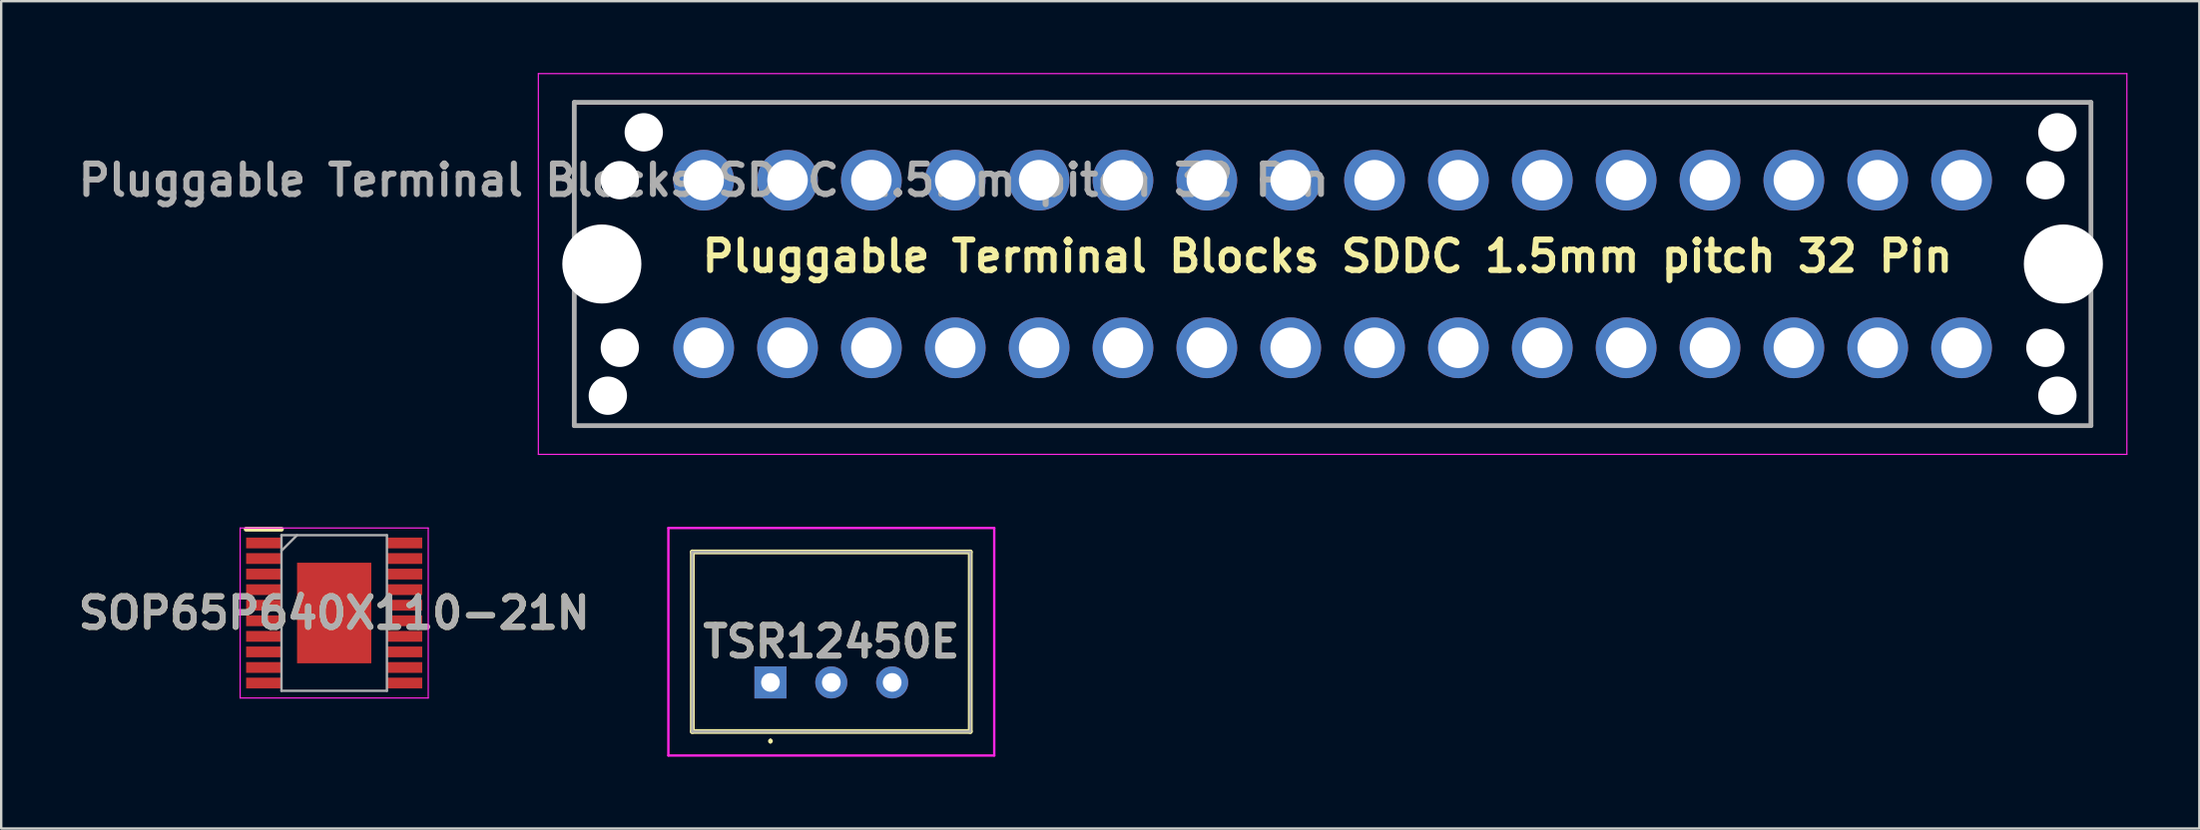
<source format=kicad_pcb>
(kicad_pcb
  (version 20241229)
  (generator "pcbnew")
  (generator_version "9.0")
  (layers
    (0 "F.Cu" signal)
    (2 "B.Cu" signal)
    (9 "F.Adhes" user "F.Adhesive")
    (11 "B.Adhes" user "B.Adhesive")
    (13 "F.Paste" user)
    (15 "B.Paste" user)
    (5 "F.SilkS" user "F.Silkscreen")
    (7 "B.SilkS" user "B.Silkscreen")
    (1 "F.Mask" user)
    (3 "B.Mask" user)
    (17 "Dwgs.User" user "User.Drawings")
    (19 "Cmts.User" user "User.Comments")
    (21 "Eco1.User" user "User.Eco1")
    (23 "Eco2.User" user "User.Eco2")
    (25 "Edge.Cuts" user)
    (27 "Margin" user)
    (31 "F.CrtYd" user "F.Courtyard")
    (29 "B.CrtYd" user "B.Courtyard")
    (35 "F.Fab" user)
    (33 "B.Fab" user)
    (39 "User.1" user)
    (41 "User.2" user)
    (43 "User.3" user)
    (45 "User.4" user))
  (footprint "TSR12450E"
    (layer "F.Cu")
    (at 29.106 25.45)
    (property "Reference" "TSR12450E" (at 2.54 -1.7 0) (layer "F.SilkS") (effects (font (size 1.27 1.27) (thickness 0.254))))
    (attr through_hole)
    (fp_line (start -3.26 -5.45) (end 8.34 -5.45) (stroke (width 0.2) (type solid)) (layer "F.SilkS"))
    (fp_line (start -3.26 2.05) (end -3.26 -5.45) (stroke (width 0.2) (type solid)) (layer "F.SilkS"))
    (fp_line (start 0 2.4) (end 0 2.4) (stroke (width 0.1) (type solid)) (layer "F.SilkS"))
    (fp_line (start 0 2.5) (end 0 2.5) (stroke (width 0.1) (type solid)) (layer "F.SilkS"))
    (fp_line (start 8.34 -5.45) (end 8.34 2.05) (stroke (width 0.2) (type solid)) (layer "F.SilkS"))
    (fp_line (start 8.34 2.05) (end -3.26 2.05) (stroke (width 0.2) (type solid)) (layer "F.SilkS"))
    (fp_arc (start 0 2.4) (mid 0.05 2.45) (end 0 2.5) (stroke (width 0.1) (type solid)) (layer "F.SilkS"))
    (fp_arc (start 0 2.5) (mid -0.05 2.45) (end 0 2.4) (stroke (width 0.1) (type solid)) (layer "F.SilkS"))
    (fp_line (start -4.26 -6.45) (end 9.34 -6.45) (stroke (width 0.1) (type solid)) (layer "F.CrtYd"))
    (fp_line (start -4.26 3.05) (end -4.26 -6.45) (stroke (width 0.1) (type solid)) (layer "F.CrtYd"))
    (fp_line (start 9.34 -6.45) (end 9.34 3.05) (stroke (width 0.1) (type solid)) (layer "F.CrtYd"))
    (fp_line (start 9.34 3.05) (end -4.26 3.05) (stroke (width 0.1) (type solid)) (layer "F.CrtYd"))
    (fp_line (start -3.26 -5.45) (end 8.34 -5.45) (stroke (width 0.1) (type solid)) (layer "F.Fab"))
    (fp_line (start -3.26 2.05) (end -3.26 -5.45) (stroke (width 0.1) (type solid)) (layer "F.Fab"))
    (fp_line (start 8.34 -5.45) (end 8.34 2.05) (stroke (width 0.1) (type solid)) (layer "F.Fab"))
    (fp_line (start 8.34 2.05) (end -3.26 2.05) (stroke (width 0.1) (type solid)) (layer "F.Fab"))
    (fp_text user "${REFERENCE}" (at 2.54 -1.7 0) (layer "F.Fab") (effects (font (size 1.27 1.27) (thickness 0.254))))
    (pad "1" thru_hole rect (at 0 0) (size 1.337 1.337) (drill 0.78) (layers "*.Cu" "*.Mask"))
    (pad "2" thru_hole circle (at 2.54 0) (size 1.337 1.337) (drill 0.78) (layers "*.Cu" "*.Mask"))
    (pad "3" thru_hole circle (at 5.08 0) (size 1.337 1.337) (drill 0.78) (layers "*.Cu" "*.Mask")))
  (footprint "Pluggable Terminal Blocks SDDC 1.5mm pitch 32 Pin"
    (layer "F.Cu")
    (at 26.319 4.475)
    (property "Reference" "Pluggable Terminal Blocks SDDC 1.5mm pitch 32 Pin" (at 26.035 3.175 0) (layer "F.SilkS") (effects (font (size 1.27 1.27) (thickness 0.254))))
    (attr through_hole)
    (fp_line (start -5.4 -3.25) (end 57.9 -3.25) (stroke (width 0.1) (type solid)) (layer "F.SilkS"))
    (fp_line (start 57.9 10.25) (end -5.4 10.25) (stroke (width 0.1) (type solid)) (layer "F.SilkS"))
    (fp_line (start -6.9 -4.45) (end 59.4 -4.45) (stroke (width 0.05) (type solid)) (layer "F.CrtYd"))
    (fp_line (start -6.9 11.45) (end -6.9 -4.45) (stroke (width 0.05) (type solid)) (layer "F.CrtYd"))
    (fp_line (start 59.4 -4.45) (end 59.4 11.45) (stroke (width 0.05) (type solid)) (layer "F.CrtYd"))
    (fp_line (start 59.4 11.45) (end -6.9 11.45) (stroke (width 0.05) (type solid)) (layer "F.CrtYd"))
    (fp_line (start -5.4 -3.25) (end 57.9 -3.25) (stroke (width 0.2) (type solid)) (layer "F.Fab"))
    (fp_line (start -5.4 10.25) (end -5.4 -3.25) (stroke (width 0.2) (type solid)) (layer "F.Fab"))
    (fp_line (start 57.9 -3.25) (end 57.9 10.25) (stroke (width 0.2) (type solid)) (layer "F.Fab"))
    (fp_line (start 57.9 10.25) (end -5.4 10.25) (stroke (width 0.2) (type solid)) (layer "F.Fab"))
    (fp_text user "${REFERENCE}" (at 0 0 0) (layer "F.Fab") (effects (font (size 1.27 1.27) (thickness 0.254))))
    (pad "" np_thru_hole circle (at -4.25 3.5) (size 3.3 3.3) (drill 3.3) (layers "*.Cu" "*.Mask"))
    (pad "" np_thru_hole circle (at -4 9) (size 1.6 1.6) (drill 1.6) (layers "*.Cu" "*.Mask"))
    (pad "" np_thru_hole circle (at -3.5 0) (size 1.6 1.6) (drill 1.6) (layers "*.Cu" "*.Mask"))
    (pad "" np_thru_hole circle (at -3.5 7) (size 1.6 1.6) (drill 1.6) (layers "*.Cu" "*.Mask"))
    (pad "" np_thru_hole circle (at -2.5 -2) (size 1.6 1.6) (drill 1.6) (layers "*.Cu" "*.Mask"))
    (pad "" np_thru_hole circle (at 56 0) (size 1.6 1.6) (drill 1.6) (layers "*.Cu" "*.Mask"))
    (pad "" np_thru_hole circle (at 56 7) (size 1.6 1.6) (drill 1.6) (layers "*.Cu" "*.Mask"))
    (pad "" np_thru_hole circle (at 56.5 -2) (size 1.6 1.6) (drill 1.6) (layers "*.Cu" "*.Mask"))
    (pad "" np_thru_hole circle (at 56.5 9) (size 1.6 1.6) (drill 1.6) (layers "*.Cu" "*.Mask"))
    (pad "" np_thru_hole circle (at 56.75 3.5) (size 3.3 3.3) (drill 3.3) (layers "*.Cu" "*.Mask"))
    (pad "1" thru_hole circle (at 0 0) (size 2.535 2.535) (drill 1.69) (layers "*.Cu" "*.Mask"))
    (pad "2" thru_hole circle (at 3.5 0) (size 2.535 2.535) (drill 1.69) (layers "*.Cu" "*.Mask"))
    (pad "3" thru_hole circle (at 7 0) (size 2.535 2.535) (drill 1.69) (layers "*.Cu" "*.Mask"))
    (pad "4" thru_hole circle (at 10.5 0) (size 2.535 2.535) (drill 1.69) (layers "*.Cu" "*.Mask"))
    (pad "5" thru_hole circle (at 14 0) (size 2.535 2.535) (drill 1.69) (layers "*.Cu" "*.Mask"))
    (pad "6" thru_hole circle (at 17.5 0) (size 2.535 2.535) (drill 1.69) (layers "*.Cu" "*.Mask"))
    (pad "7" thru_hole circle (at 21 0) (size 2.535 2.535) (drill 1.69) (layers "*.Cu" "*.Mask"))
    (pad "8" thru_hole circle (at 24.5 0) (size 2.535 2.535) (drill 1.69) (layers "*.Cu" "*.Mask"))
    (pad "9" thru_hole circle (at 28 0) (size 2.535 2.535) (drill 1.69) (layers "*.Cu" "*.Mask"))
    (pad "10" thru_hole circle (at 31.5 0) (size 2.535 2.535) (drill 1.69) (layers "*.Cu" "*.Mask"))
    (pad "11" thru_hole circle (at 35 0) (size 2.535 2.535) (drill 1.69) (layers "*.Cu" "*.Mask"))
    (pad "12" thru_hole circle (at 38.5 0) (size 2.535 2.535) (drill 1.69) (layers "*.Cu" "*.Mask"))
    (pad "13" thru_hole circle (at 42 0) (size 2.535 2.535) (drill 1.69) (layers "*.Cu" "*.Mask"))
    (pad "14" thru_hole circle (at 45.5 0) (size 2.535 2.535) (drill 1.69) (layers "*.Cu" "*.Mask"))
    (pad "15" thru_hole circle (at 49 0) (size 2.535 2.535) (drill 1.69) (layers "*.Cu" "*.Mask"))
    (pad "16" thru_hole circle (at 52.5 0) (size 2.535 2.535) (drill 1.69) (layers "*.Cu" "*.Mask"))
    (pad "17" thru_hole circle (at 0 7) (size 2.535 2.535) (drill 1.69) (layers "*.Cu" "*.Mask"))
    (pad "18" thru_hole circle (at 3.5 7) (size 2.535 2.535) (drill 1.69) (layers "*.Cu" "*.Mask"))
    (pad "19" thru_hole circle (at 7 7) (size 2.535 2.535) (drill 1.69) (layers "*.Cu" "*.Mask"))
    (pad "20" thru_hole circle (at 10.5 7) (size 2.535 2.535) (drill 1.69) (layers "*.Cu" "*.Mask"))
    (pad "21" thru_hole circle (at 14 7) (size 2.535 2.535) (drill 1.69) (layers "*.Cu" "*.Mask"))
    (pad "22" thru_hole circle (at 17.5 7) (size 2.535 2.535) (drill 1.69) (layers "*.Cu" "*.Mask"))
    (pad "23" thru_hole circle (at 21 7) (size 2.535 2.535) (drill 1.69) (layers "*.Cu" "*.Mask"))
    (pad "24" thru_hole circle (at 24.5 7) (size 2.535 2.535) (drill 1.69) (layers "*.Cu" "*.Mask"))
    (pad "25" thru_hole circle (at 28 7) (size 2.535 2.535) (drill 1.69) (layers "*.Cu" "*.Mask"))
    (pad "26" thru_hole circle (at 31.5 7) (size 2.535 2.535) (drill 1.69) (layers "*.Cu" "*.Mask"))
    (pad "27" thru_hole circle (at 35 7) (size 2.535 2.535) (drill 1.69) (layers "*.Cu" "*.Mask"))
    (pad "28" thru_hole circle (at 38.5 7) (size 2.535 2.535) (drill 1.69) (layers "*.Cu" "*.Mask"))
    (pad "29" thru_hole circle (at 42 7) (size 2.535 2.535) (drill 1.69) (layers "*.Cu" "*.Mask"))
    (pad "30" thru_hole circle (at 45.5 7) (size 2.535 2.535) (drill 1.69) (layers "*.Cu" "*.Mask"))
    (pad "31" thru_hole circle (at 49 7) (size 2.535 2.535) (drill 1.69) (layers "*.Cu" "*.Mask"))
    (pad "32" thru_hole circle (at 52.5 7) (size 2.535 2.535) (drill 1.69) (layers "*.Cu" "*.Mask")))
  (footprint "SOP65P640X110-21N"
    (layer "F.Cu")
    (at 10.898 22.55)
    (property "Reference" "SOP65P640X110-21N" (at 0 0 0) (layer "F.SilkS") (effects (font (size 1.27 1.27) (thickness 0.254))))
    (attr smd)
    (fp_line (start -3.675 -3.5) (end -2.2 -3.5) (stroke (width 0.2) (type solid)) (layer "F.SilkS"))
    (fp_line (start -3.925 -3.55) (end 3.925 -3.55) (stroke (width 0.05) (type solid)) (layer "F.CrtYd"))
    (fp_line (start -3.925 3.55) (end -3.925 -3.55) (stroke (width 0.05) (type solid)) (layer "F.CrtYd"))
    (fp_line (start 3.925 -3.55) (end 3.925 3.55) (stroke (width 0.05) (type solid)) (layer "F.CrtYd"))
    (fp_line (start 3.925 3.55) (end -3.925 3.55) (stroke (width 0.05) (type solid)) (layer "F.CrtYd"))
    (fp_line (start -2.2 -3.25) (end 2.2 -3.25) (stroke (width 0.1) (type solid)) (layer "F.Fab"))
    (fp_line (start -2.2 -2.6) (end -1.55 -3.25) (stroke (width 0.1) (type solid)) (layer "F.Fab"))
    (fp_line (start -2.2 3.25) (end -2.2 -3.25) (stroke (width 0.1) (type solid)) (layer "F.Fab"))
    (fp_line (start 2.2 -3.25) (end 2.2 3.25) (stroke (width 0.1) (type solid)) (layer "F.Fab"))
    (fp_line (start 2.2 3.25) (end -2.2 3.25) (stroke (width 0.1) (type solid)) (layer "F.Fab"))
    (fp_text user "${REFERENCE}" (at 0 0 0) (layer "F.Fab") (effects (font (size 1.27 1.27) (thickness 0.254))))
    (pad "1" smd rect (at -2.938 -2.925 90) (size 0.45 1.475) (layers "F.Cu" "F.Mask" "F.Paste"))
    (pad "2" smd rect (at -2.938 -2.275 90) (size 0.45 1.475) (layers "F.Cu" "F.Mask" "F.Paste"))
    (pad "3" smd rect (at -2.938 -1.625 90) (size 0.45 1.475) (layers "F.Cu" "F.Mask" "F.Paste"))
    (pad "4" smd rect (at -2.938 -0.975 90) (size 0.45 1.475) (layers "F.Cu" "F.Mask" "F.Paste"))
    (pad "5" smd rect (at -2.938 -0.325 90) (size 0.45 1.475) (layers "F.Cu" "F.Mask" "F.Paste"))
    (pad "6" smd rect (at -2.938 0.325 90) (size 0.45 1.475) (layers "F.Cu" "F.Mask" "F.Paste"))
    (pad "7" smd rect (at -2.938 0.975 90) (size 0.45 1.475) (layers "F.Cu" "F.Mask" "F.Paste"))
    (pad "8" smd rect (at -2.938 1.625 90) (size 0.45 1.475) (layers "F.Cu" "F.Mask" "F.Paste"))
    (pad "9" smd rect (at -2.938 2.275 90) (size 0.45 1.475) (layers "F.Cu" "F.Mask" "F.Paste"))
    (pad "10" smd rect (at -2.938 2.925 90) (size 0.45 1.475) (layers "F.Cu" "F.Mask" "F.Paste"))
    (pad "11" smd rect (at 2.938 2.925 90) (size 0.45 1.475) (layers "F.Cu" "F.Mask" "F.Paste"))
    (pad "12" smd rect (at 2.938 2.275 90) (size 0.45 1.475) (layers "F.Cu" "F.Mask" "F.Paste"))
    (pad "13" smd rect (at 2.938 1.625 90) (size 0.45 1.475) (layers "F.Cu" "F.Mask" "F.Paste"))
    (pad "14" smd rect (at 2.938 0.975 90) (size 0.45 1.475) (layers "F.Cu" "F.Mask" "F.Paste"))
    (pad "15" smd rect (at 2.938 0.325 90) (size 0.45 1.475) (layers "F.Cu" "F.Mask" "F.Paste"))
    (pad "16" smd rect (at 2.938 -0.325 90) (size 0.45 1.475) (layers "F.Cu" "F.Mask" "F.Paste"))
    (pad "17" smd rect (at 2.938 -0.975 90) (size 0.45 1.475) (layers "F.Cu" "F.Mask" "F.Paste"))
    (pad "18" smd rect (at 2.938 -1.625 90) (size 0.45 1.475) (layers "F.Cu" "F.Mask" "F.Paste"))
    (pad "19" smd rect (at 2.938 -2.275 90) (size 0.45 1.475) (layers "F.Cu" "F.Mask" "F.Paste"))
    (pad "20" smd rect (at 2.938 -2.925 90) (size 0.45 1.475) (layers "F.Cu" "F.Mask" "F.Paste"))
    (pad "21" smd rect (at 0 0) (size 3.1 4.2) (layers "F.Cu" "F.Mask" "F.Paste")))
  (gr_rect
    (start -3 -3)
    (end 88.744 31.55)
    (stroke (width 0.1) (type default))
    (fill no)
    (layer "Edge.Cuts")))
</source>
